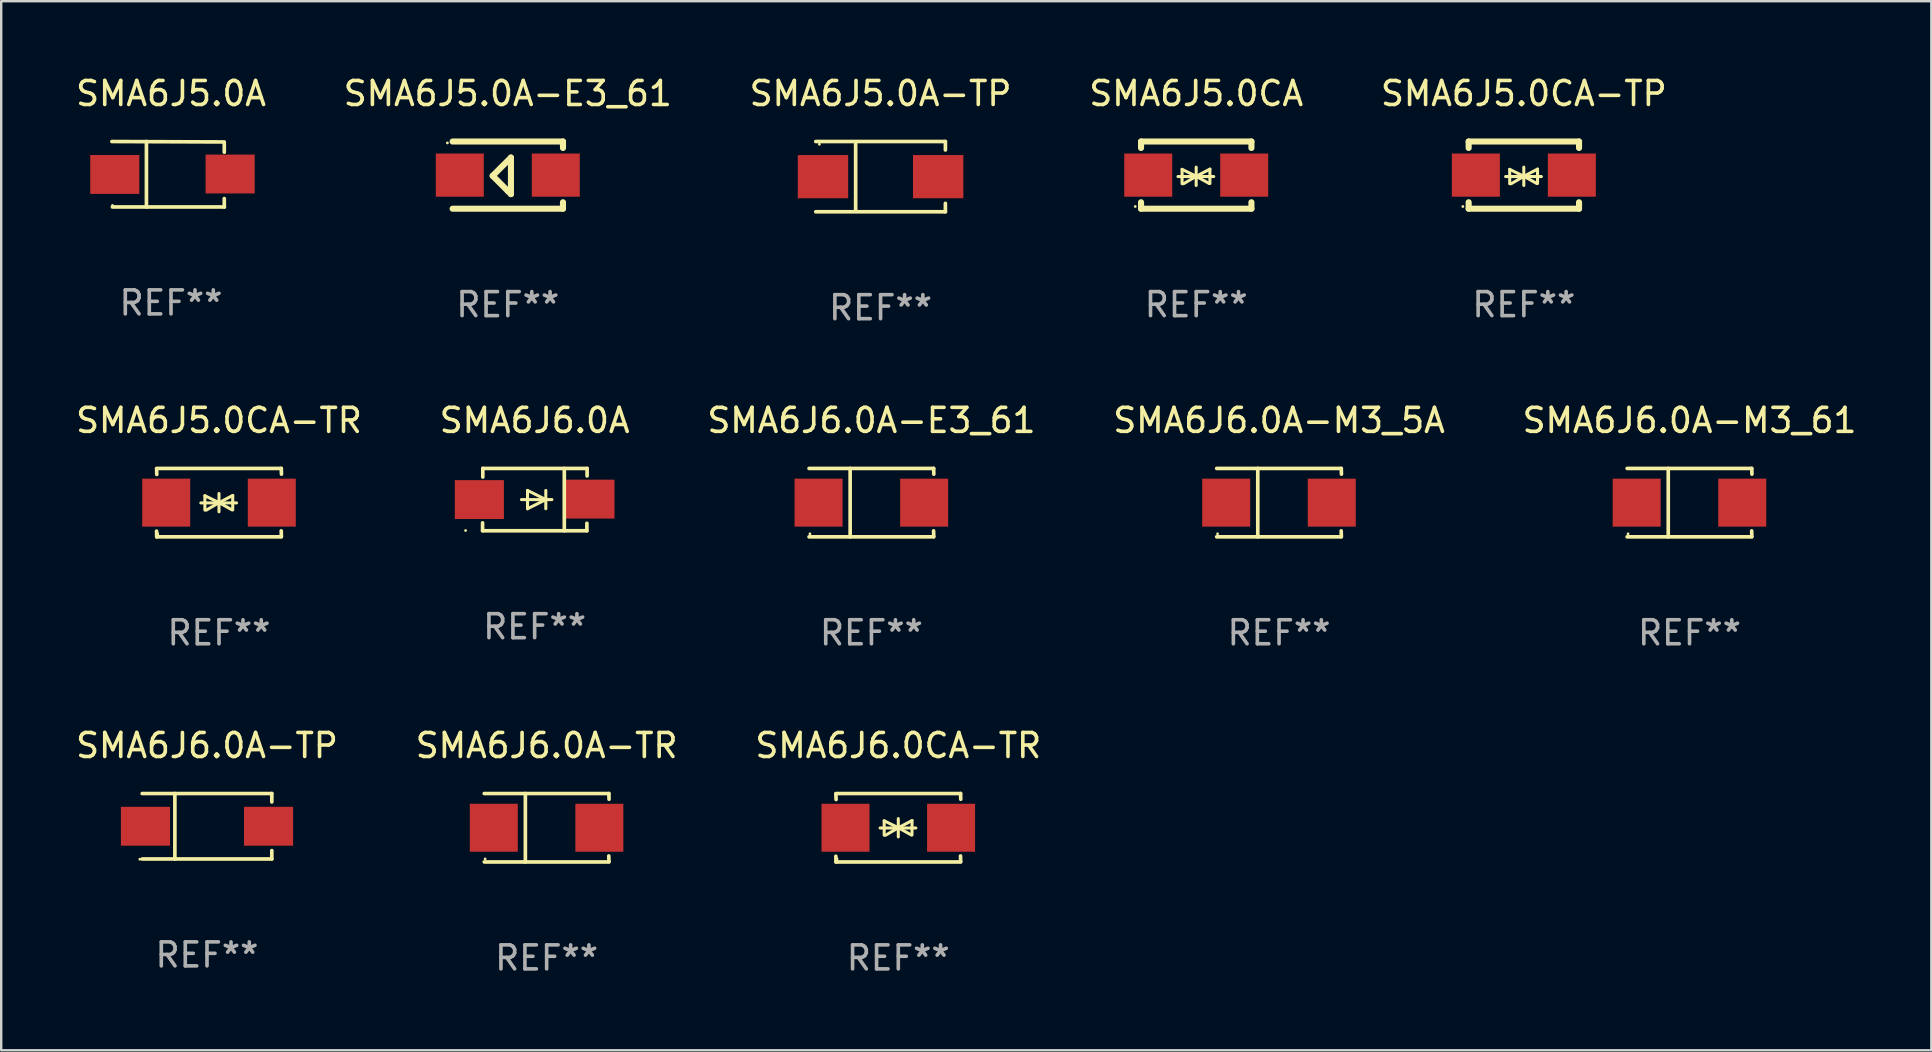
<source format=kicad_pcb>
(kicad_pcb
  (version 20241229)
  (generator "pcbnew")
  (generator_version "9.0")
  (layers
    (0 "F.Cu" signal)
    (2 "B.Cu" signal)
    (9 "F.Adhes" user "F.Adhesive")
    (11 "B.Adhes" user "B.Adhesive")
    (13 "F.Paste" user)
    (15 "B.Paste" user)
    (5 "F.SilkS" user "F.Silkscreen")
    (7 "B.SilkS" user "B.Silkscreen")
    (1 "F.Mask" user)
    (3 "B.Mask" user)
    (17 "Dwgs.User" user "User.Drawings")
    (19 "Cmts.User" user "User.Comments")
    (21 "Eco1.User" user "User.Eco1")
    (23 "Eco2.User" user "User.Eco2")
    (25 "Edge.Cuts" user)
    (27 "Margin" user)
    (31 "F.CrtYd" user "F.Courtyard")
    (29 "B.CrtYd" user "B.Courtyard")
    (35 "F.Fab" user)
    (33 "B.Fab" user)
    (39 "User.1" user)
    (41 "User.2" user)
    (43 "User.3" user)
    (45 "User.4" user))
  (footprint "SMA6J6.0A-TR"
    (layer "F.Cu")
    (at 19.732 31.447)
    (property "Reference" "SMA6J6.0A-TR" (at 0 -3.426 0) (layer "F.SilkS") (effects (font (size 1 1) (thickness 0.15))))
    (attr through_hole)
    (fp_line (start -2.6 -1.426) (end 2.593 -1.426) (stroke (width 0.152) (type solid)) (layer "F.SilkS"))
    (fp_line (start -2.6 1.426) (end 2.593 1.426) (stroke (width 0.152) (type solid)) (layer "F.SilkS"))
    (fp_line (start -0.887 -1.426) (end -0.887 1.426) (stroke (width 0.152) (type solid)) (layer "F.SilkS"))
    (fp_line (start 2.59 1.176) (end 2.597 1.415) (stroke (width 0.152) (type solid)) (layer "F.SilkS"))
    (fp_line (start 2.593 -1.426) (end 2.6 -1.187) (stroke (width 0.152) (type solid)) (layer "F.SilkS"))
    (fp_circle (center -2.563 1.3) (end -2.533 1.3) (stroke (width 0.06) (type solid)) (fill no) (layer "F.SilkS"))
    (fp_text user "REF**" (at 0 5.426 0) (layer "F.Fab") (effects (font (size 1 1) (thickness 0.15))))
    (pad "1" smd rect (at -2.203 -0.000025 180) (size 2 2) (layers "F.Cu" "F.Mask" "F.Paste"))
    (pad "2" smd rect (at 2.197 -0.000025 180) (size 2 2) (layers "F.Cu" "F.Mask" "F.Paste")))
  (footprint "SMA6J6.0A"
    (layer "F.Cu")
    (at 19.232 17.771)
    (property "Reference" "SMA6J6.0A" (at 0 -3.299 0) (layer "F.SilkS") (effects (font (size 1 1) (thickness 0.15))))
    (attr through_hole)
    (fp_line (start -2.17 0.969) (end -2.17 1.299) (stroke (width 0.152) (type solid)) (layer "F.SilkS"))
    (fp_line (start -2.17 1.299) (end 2.177 1.299) (stroke (width 0.152) (type solid)) (layer "F.SilkS"))
    (fp_line (start -2.16 -1.299) (end 2.186 -1.299) (stroke (width 0.152) (type solid)) (layer "F.SilkS"))
    (fp_line (start -2.16 -0.94) (end -2.16 -1.299) (stroke (width 0.152) (type solid)) (layer "F.SilkS"))
    (fp_line (start -0.551 -0.000483) (end 0.719 -0.000483) (stroke (width 0.127) (type solid)) (layer "F.SilkS"))
    (fp_line (start -0.297 -0.381) (end 0.465 -0.000483) (stroke (width 0.127) (type solid)) (layer "F.SilkS"))
    (fp_line (start -0.297 -0.000483) (end -0.297 -0.381) (stroke (width 0.127) (type solid)) (layer "F.SilkS"))
    (fp_line (start -0.297 -0.000483) (end -0.297 0.381) (stroke (width 0.127) (type solid)) (layer "F.SilkS"))
    (fp_line (start -0.297 0.381) (end 0.465 -0.000483) (stroke (width 0.127) (type solid)) (layer "F.SilkS"))
    (fp_line (start 0.465 -0.000483) (end 0.465 -0.381) (stroke (width 0.127) (type solid)) (layer "F.SilkS"))
    (fp_line (start 0.465 -0.000483) (end 0.465 0.381) (stroke (width 0.127) (type solid)) (layer "F.SilkS"))
    (fp_line (start 1.236 -1.299) (end 1.236 1.299) (stroke (width 0.152) (type solid)) (layer "F.SilkS"))
    (fp_line (start 2.177 1.299) (end 2.177 0.988) (stroke (width 0.152) (type solid)) (layer "F.SilkS"))
    (fp_line (start 2.186 -1.299) (end 2.186 -0.987) (stroke (width 0.152) (type solid)) (layer "F.SilkS"))
    (fp_circle (center -2.879 1.289) (end -2.849 1.289) (stroke (width 0.06) (type solid)) (fill no) (layer "F.SilkS"))
    (fp_text user "REF**" (at 0 5.299 0) (layer "F.Fab") (effects (font (size 1 1) (thickness 0.15))))
    (pad "1" smd rect (at -2.304 -0.001) (size 2.046 1.62) (layers "F.Cu" "F.Mask" "F.Paste"))
    (pad "2" smd rect (at 2.304 -0.02 180) (size 2.046 1.62) (layers "F.Cu" "F.Mask" "F.Paste")))
  (footprint "SMA6J5.0CA-TR"
    (layer "F.Cu")
    (at 6.077 17.898)
    (property "Reference" "SMA6J5.0CA-TR" (at 0 -3.426 0) (layer "F.SilkS") (effects (font (size 1 1) (thickness 0.15))))
    (attr through_hole)
    (fp_line (start -2.596 -1.426) (end 2.596 -1.426) (stroke (width 0.152) (type solid)) (layer "F.SilkS"))
    (fp_line (start -2.596 1.426) (end -2.603 1.187) (stroke (width 0.152) (type solid)) (layer "F.SilkS"))
    (fp_line (start -2.596 1.426) (end 2.596 1.426) (stroke (width 0.152) (type solid)) (layer "F.SilkS"))
    (fp_line (start -2.593 -1.176) (end -2.6 -1.415) (stroke (width 0.152) (type solid)) (layer "F.SilkS"))
    (fp_line (start -0.758 0.011) (end 0.732 0.011) (stroke (width 0.127) (type solid)) (layer "F.SilkS"))
    (fp_line (start -0.588 -0.289) (end -0.588 0.311) (stroke (width 0.127) (type solid)) (layer "F.SilkS"))
    (fp_line (start -0.588 -0.289) (end 0 0) (stroke (width 0.127) (type solid)) (layer "F.SilkS"))
    (fp_line (start -0.528 0.311) (end 0 0) (stroke (width 0.127) (type solid)) (layer "F.SilkS"))
    (fp_line (start 0 0) (end 0 -0.381) (stroke (width 0.127) (type solid)) (layer "F.SilkS"))
    (fp_line (start 0 0) (end 0 0.381) (stroke (width 0.127) (type solid)) (layer "F.SilkS"))
    (fp_line (start 0.542 0.301) (end 0 0) (stroke (width 0.127) (type solid)) (layer "F.SilkS"))
    (fp_line (start 0.572 -0.299) (end 0 0) (stroke (width 0.127) (type solid)) (layer "F.SilkS"))
    (fp_line (start 0.572 -0.299) (end 0.572 0.301) (stroke (width 0.127) (type solid)) (layer "F.SilkS"))
    (fp_line (start 2.593 1.176) (end 2.6 1.415) (stroke (width 0.152) (type solid)) (layer "F.SilkS"))
    (fp_line (start 2.596 -1.426) (end 2.603 -1.187) (stroke (width 0.152) (type solid)) (layer "F.SilkS"))
    (fp_circle (center -2.55 1.3) (end -2.52 1.3) (stroke (width 0.06) (type solid)) (fill no) (layer "F.SilkS"))
    (fp_text user "REF**" (at 0 5.426 0) (layer "F.Fab") (effects (font (size 1 1) (thickness 0.15))))
    (pad "1" smd rect (at -2.2 0 180) (size 2 2) (layers "F.Cu" "F.Mask" "F.Paste"))
    (pad "2" smd rect (at 2.2 0 180) (size 2 2) (layers "F.Cu" "F.Mask" "F.Paste")))
  (footprint "SMA6J6.0A-M3_61"
    (layer "F.Cu")
    (at 67.363 17.898)
    (property "Reference" "SMA6J6.0A-M3_61" (at 0 -3.426 0) (layer "F.SilkS") (effects (font (size 1 1) (thickness 0.15))))
    (attr through_hole)
    (fp_line (start -2.6 -1.426) (end 2.593 -1.426) (stroke (width 0.152) (type solid)) (layer "F.SilkS"))
    (fp_line (start -2.6 1.426) (end 2.593 1.426) (stroke (width 0.152) (type solid)) (layer "F.SilkS"))
    (fp_line (start -0.887 -1.426) (end -0.887 1.426) (stroke (width 0.152) (type solid)) (layer "F.SilkS"))
    (fp_line (start 2.59 1.176) (end 2.597 1.415) (stroke (width 0.152) (type solid)) (layer "F.SilkS"))
    (fp_line (start 2.593 -1.426) (end 2.6 -1.187) (stroke (width 0.152) (type solid)) (layer "F.SilkS"))
    (fp_circle (center -2.563 1.3) (end -2.533 1.3) (stroke (width 0.06) (type solid)) (fill no) (layer "F.SilkS"))
    (fp_text user "REF**" (at 0 5.426 0) (layer "F.Fab") (effects (font (size 1 1) (thickness 0.15))))
    (pad "1" smd rect (at -2.203 -0.000025 180) (size 2 2) (layers "F.Cu" "F.Mask" "F.Paste"))
    (pad "2" smd rect (at 2.197 -0.000025 180) (size 2 2) (layers "F.Cu" "F.Mask" "F.Paste")))
  (footprint "SMA6J5.0CA"
    (layer "F.Cu")
    (at 46.804 4.248)
    (property "Reference" "SMA6J5.0CA" (at 0 -3.4 0) (layer "F.SilkS") (effects (font (size 1 1) (thickness 0.15))))
    (attr through_hole)
    (fp_line (start -2.3 -1.4) (end -2.3 -1.131) (stroke (width 0.254) (type solid)) (layer "F.SilkS"))
    (fp_line (start -2.3 -1.4) (end 2.3 -1.4) (stroke (width 0.254) (type solid)) (layer "F.SilkS"))
    (fp_line (start -2.3 1.131) (end -2.3 1.4) (stroke (width 0.254) (type solid)) (layer "F.SilkS"))
    (fp_line (start -2.3 1.4) (end 2.3 1.4) (stroke (width 0.254) (type solid)) (layer "F.SilkS"))
    (fp_line (start -0.76 0.06) (end 0.73 0.06) (stroke (width 0.127) (type solid)) (layer "F.SilkS"))
    (fp_line (start -0.59 -0.24) (end -0.59 0.36) (stroke (width 0.127) (type solid)) (layer "F.SilkS"))
    (fp_line (start -0.59 -0.24) (end -0.002 0.049) (stroke (width 0.127) (type solid)) (layer "F.SilkS"))
    (fp_line (start -0.53 0.36) (end -0.002 0.049) (stroke (width 0.127) (type solid)) (layer "F.SilkS"))
    (fp_line (start -0.002 0.049) (end -0.002 -0.332) (stroke (width 0.127) (type solid)) (layer "F.SilkS"))
    (fp_line (start -0.002 0.049) (end -0.002 0.43) (stroke (width 0.127) (type solid)) (layer "F.SilkS"))
    (fp_line (start 0.54 0.35) (end -0.002 0.049) (stroke (width 0.127) (type solid)) (layer "F.SilkS"))
    (fp_line (start 0.57 -0.25) (end -0.002 0.049) (stroke (width 0.127) (type solid)) (layer "F.SilkS"))
    (fp_line (start 0.57 -0.25) (end 0.57 0.35) (stroke (width 0.127) (type solid)) (layer "F.SilkS"))
    (fp_line (start 2.3 -1.4) (end 2.3 -1.131) (stroke (width 0.254) (type solid)) (layer "F.SilkS"))
    (fp_line (start 2.3 1.131) (end 2.3 1.4) (stroke (width 0.254) (type solid)) (layer "F.SilkS"))
    (fp_circle (center -2.542 1.308) (end -2.512 1.308) (stroke (width 0.06) (type solid)) (fill no) (layer "F.SilkS"))
    (fp_text user "REF**" (at 0 5.4 0) (layer "F.Fab") (effects (font (size 1 1) (thickness 0.15))))
    (pad "1" smd rect (at -2 0) (size 2 1.8) (layers "F.Cu" "F.Mask" "F.Paste"))
    (pad "2" smd rect (at 2 0) (size 2 1.8) (layers "F.Cu" "F.Mask" "F.Paste")))
  (footprint "SMA6J6.0A-E3_61"
    (layer "F.Cu")
    (at 33.268 17.898)
    (property "Reference" "SMA6J6.0A-E3_61" (at 0 -3.426 0) (layer "F.SilkS") (effects (font (size 1 1) (thickness 0.15))))
    (attr through_hole)
    (fp_line (start -2.6 -1.426) (end 2.593 -1.426) (stroke (width 0.152) (type solid)) (layer "F.SilkS"))
    (fp_line (start -2.6 1.426) (end 2.593 1.426) (stroke (width 0.152) (type solid)) (layer "F.SilkS"))
    (fp_line (start -0.887 -1.426) (end -0.887 1.426) (stroke (width 0.152) (type solid)) (layer "F.SilkS"))
    (fp_line (start 2.59 1.176) (end 2.597 1.415) (stroke (width 0.152) (type solid)) (layer "F.SilkS"))
    (fp_line (start 2.593 -1.426) (end 2.6 -1.187) (stroke (width 0.152) (type solid)) (layer "F.SilkS"))
    (fp_circle (center -2.563 1.3) (end -2.533 1.3) (stroke (width 0.06) (type solid)) (fill no) (layer "F.SilkS"))
    (fp_text user "REF**" (at 0 5.426 0) (layer "F.Fab") (effects (font (size 1 1) (thickness 0.15))))
    (pad "1" smd rect (at -2.203 -0.000025 180) (size 2 2) (layers "F.Cu" "F.Mask" "F.Paste"))
    (pad "2" smd rect (at 2.197 -0.000025 180) (size 2 2) (layers "F.Cu" "F.Mask" "F.Paste")))
  (footprint "SMA6J6.0A-TP"
    (layer "F.Cu")
    (at 5.577 31.385)
    (property "Reference" "SMA6J6.0A-TP" (at 0 -3.364 0) (layer "F.SilkS") (effects (font (size 1 1) (thickness 0.15))))
    (attr through_hole)
    (fp_line (start -2.701 -1.364) (end 2.701 -1.364) (stroke (width 0.152) (type solid)) (layer "F.SilkS"))
    (fp_line (start -2.701 1.364) (end 2.701 1.364) (stroke (width 0.152) (type solid)) (layer "F.SilkS"))
    (fp_line (start -1.339 -1.364) (end -1.339 1.364) (stroke (width 0.152) (type solid)) (layer "F.SilkS"))
    (fp_line (start 2.701 -1.364) (end 2.701 -1.013) (stroke (width 0.152) (type solid)) (layer "F.SilkS"))
    (fp_line (start 2.701 1.364) (end 2.701 1.013) (stroke (width 0.152) (type solid)) (layer "F.SilkS"))
    (fp_circle (center -2.8 1.375) (end -2.77 1.375) (stroke (width 0.06) (type solid)) (fill no) (layer "F.SilkS"))
    (fp_text user "REF**" (at 0 5.364 0) (layer "F.Fab") (effects (font (size 1 1) (thickness 0.15))))
    (pad "1" smd rect (at -2.565 -0.000025) (size 2.046 1.62) (layers "F.Cu" "F.Mask" "F.Paste"))
    (pad "2" smd rect (at 2.565 -0.000025) (size 2.046 1.62) (layers "F.Cu" "F.Mask" "F.Paste")))
  (footprint "SMA6J6.0CA-TR"
    (layer "F.Cu")
    (at 34.387 31.447)
    (property "Reference" "SMA6J6.0CA-TR" (at 0 -3.426 0) (layer "F.SilkS") (effects (font (size 1 1) (thickness 0.15))))
    (attr through_hole)
    (fp_line (start -2.596 -1.426) (end 2.596 -1.426) (stroke (width 0.152) (type solid)) (layer "F.SilkS"))
    (fp_line (start -2.596 1.426) (end -2.603 1.187) (stroke (width 0.152) (type solid)) (layer "F.SilkS"))
    (fp_line (start -2.596 1.426) (end 2.596 1.426) (stroke (width 0.152) (type solid)) (layer "F.SilkS"))
    (fp_line (start -2.593 -1.176) (end -2.6 -1.415) (stroke (width 0.152) (type solid)) (layer "F.SilkS"))
    (fp_line (start -0.758 0.011) (end 0.732 0.011) (stroke (width 0.127) (type solid)) (layer "F.SilkS"))
    (fp_line (start -0.588 -0.289) (end -0.588 0.311) (stroke (width 0.127) (type solid)) (layer "F.SilkS"))
    (fp_line (start -0.588 -0.289) (end 0 0) (stroke (width 0.127) (type solid)) (layer "F.SilkS"))
    (fp_line (start -0.528 0.311) (end 0 0) (stroke (width 0.127) (type solid)) (layer "F.SilkS"))
    (fp_line (start 0 0) (end 0 -0.381) (stroke (width 0.127) (type solid)) (layer "F.SilkS"))
    (fp_line (start 0 0) (end 0 0.381) (stroke (width 0.127) (type solid)) (layer "F.SilkS"))
    (fp_line (start 0.542 0.301) (end 0 0) (stroke (width 0.127) (type solid)) (layer "F.SilkS"))
    (fp_line (start 0.572 -0.299) (end 0 0) (stroke (width 0.127) (type solid)) (layer "F.SilkS"))
    (fp_line (start 0.572 -0.299) (end 0.572 0.301) (stroke (width 0.127) (type solid)) (layer "F.SilkS"))
    (fp_line (start 2.593 1.176) (end 2.6 1.415) (stroke (width 0.152) (type solid)) (layer "F.SilkS"))
    (fp_line (start 2.596 -1.426) (end 2.603 -1.187) (stroke (width 0.152) (type solid)) (layer "F.SilkS"))
    (fp_circle (center -2.55 1.3) (end -2.52 1.3) (stroke (width 0.06) (type solid)) (fill no) (layer "F.SilkS"))
    (fp_text user "REF**" (at 0 5.426 0) (layer "F.Fab") (effects (font (size 1 1) (thickness 0.15))))
    (pad "1" smd rect (at -2.2 0 180) (size 2 2) (layers "F.Cu" "F.Mask" "F.Paste"))
    (pad "2" smd rect (at 2.2 0 180) (size 2 2) (layers "F.Cu" "F.Mask" "F.Paste")))
  (footprint "SMA6J6.0A-M3_5A"
    (layer "F.Cu")
    (at 50.256 17.898)
    (property "Reference" "SMA6J6.0A-M3_5A" (at 0 -3.426 0) (layer "F.SilkS") (effects (font (size 1 1) (thickness 0.15))))
    (attr through_hole)
    (fp_line (start -2.6 -1.426) (end 2.593 -1.426) (stroke (width 0.152) (type solid)) (layer "F.SilkS"))
    (fp_line (start -2.6 1.426) (end 2.593 1.426) (stroke (width 0.152) (type solid)) (layer "F.SilkS"))
    (fp_line (start -0.887 -1.426) (end -0.887 1.426) (stroke (width 0.152) (type solid)) (layer "F.SilkS"))
    (fp_line (start 2.59 1.176) (end 2.597 1.415) (stroke (width 0.152) (type solid)) (layer "F.SilkS"))
    (fp_line (start 2.593 -1.426) (end 2.6 -1.187) (stroke (width 0.152) (type solid)) (layer "F.SilkS"))
    (fp_circle (center -2.563 1.3) (end -2.533 1.3) (stroke (width 0.06) (type solid)) (fill no) (layer "F.SilkS"))
    (fp_text user "REF**" (at 0 5.426 0) (layer "F.Fab") (effects (font (size 1 1) (thickness 0.15))))
    (pad "1" smd rect (at -2.203 -0.000025 180) (size 2 2) (layers "F.Cu" "F.Mask" "F.Paste"))
    (pad "2" smd rect (at 2.197 -0.000025 180) (size 2 2) (layers "F.Cu" "F.Mask" "F.Paste")))
  (footprint "SMA6J5.0A-E3_61"
    (layer "F.Cu")
    (at 18.113 4.248)
    (property "Reference" "SMA6J5.0A-E3_61" (at 0 -3.4 0) (layer "F.SilkS") (effects (font (size 1 1) (thickness 0.15))))
    (attr through_hole)
    (fp_line (start -2.3 -1.4) (end 2.3 -1.4) (stroke (width 0.254) (type solid)) (layer "F.SilkS"))
    (fp_line (start -2.3 1.4) (end 2.3 1.4) (stroke (width 0.254) (type solid)) (layer "F.SilkS"))
    (fp_line (start -0.631 0.03) (end 0.131 -0.732) (stroke (width 0.254) (type solid)) (layer "F.SilkS"))
    (fp_line (start 0.004 0.665) (end -0.631 0.03) (stroke (width 0.254) (type solid)) (layer "F.SilkS"))
    (fp_line (start 0.131 -0.732) (end 0.131 0.665) (stroke (width 0.254) (type solid)) (layer "F.SilkS"))
    (fp_line (start 0.131 0.665) (end 0.131 0.792) (stroke (width 0.254) (type solid)) (layer "F.SilkS"))
    (fp_line (start 0.131 0.792) (end 0.004 0.665) (stroke (width 0.254) (type solid)) (layer "F.SilkS"))
    (fp_line (start 2.3 -1.4) (end 2.3 -1.131) (stroke (width 0.254) (type solid)) (layer "F.SilkS"))
    (fp_line (start 2.3 1.131) (end 2.3 1.4) (stroke (width 0.254) (type solid)) (layer "F.SilkS"))
    (fp_circle (center -2.517 -1.342) (end -2.487 -1.342) (stroke (width 0.06) (type solid)) (fill no) (layer "F.SilkS"))
    (fp_text user "REF**" (at 0 5.4 0) (layer "F.Fab") (effects (font (size 1 1) (thickness 0.15))))
    (pad "1" smd rect (at -2 -0.000127) (size 2 1.8) (layers "F.Cu" "F.Mask" "F.Paste"))
    (pad "2" smd rect (at 2 -0.000127) (size 2 1.8) (layers "F.Cu" "F.Mask" "F.Paste")))
  (footprint "SMA6J5.0A"
    (layer "F.Cu")
    (at 4.077 4.212)
    (property "Reference" "SMA6J5.0A" (at 0 -3.364 0) (layer "F.SilkS") (effects (font (size 1 1) (thickness 0.15))))
    (attr through_hole)
    (fp_line (start -2.465 -1.364) (end 2.22 -1.346) (stroke (width 0.152) (type solid)) (layer "F.SilkS"))
    (fp_line (start -2.442 1.364) (end 2.226 1.364) (stroke (width 0.152) (type solid)) (layer "F.SilkS"))
    (fp_line (start -1.024 -1.364) (end -1.024 1.364) (stroke (width 0.152) (type solid)) (layer "F.SilkS"))
    (fp_line (start 2.22 -1.27) (end 2.22 -0.919) (stroke (width 0.152) (type solid)) (layer "F.SilkS"))
    (fp_line (start 2.22 1.364) (end 2.22 1.013) (stroke (width 0.152) (type solid)) (layer "F.SilkS"))
    (fp_circle (center -2.439 1.3) (end -2.409 1.3) (stroke (width 0.06) (type solid)) (fill no) (layer "F.SilkS"))
    (fp_text user "REF**" (at 0 5.364 0) (layer "F.Fab") (effects (font (size 1 1) (thickness 0.15))))
    (pad "1" smd rect (at -2.343 0.009) (size 2.046 1.62) (layers "F.Cu" "F.Mask" "F.Paste"))
    (pad "2" smd rect (at 2.465 -0.009 180) (size 2.046 1.62) (layers "F.Cu" "F.Mask" "F.Paste")))
  (footprint "SMA6J5.0CA-TP"
    (layer "F.Cu")
    (at 60.458 4.248)
    (property "Reference" "SMA6J5.0CA-TP" (at 0 -3.4 0) (layer "F.SilkS") (effects (font (size 1 1) (thickness 0.15))))
    (attr through_hole)
    (fp_line (start -2.3 -1.4) (end -2.3 -1.131) (stroke (width 0.254) (type solid)) (layer "F.SilkS"))
    (fp_line (start -2.3 -1.4) (end 2.3 -1.4) (stroke (width 0.254) (type solid)) (layer "F.SilkS"))
    (fp_line (start -2.3 1.131) (end -2.3 1.4) (stroke (width 0.254) (type solid)) (layer "F.SilkS"))
    (fp_line (start -2.3 1.4) (end 2.3 1.4) (stroke (width 0.254) (type solid)) (layer "F.SilkS"))
    (fp_line (start -0.76 0.06) (end 0.73 0.06) (stroke (width 0.127) (type solid)) (layer "F.SilkS"))
    (fp_line (start -0.59 -0.24) (end -0.59 0.36) (stroke (width 0.127) (type solid)) (layer "F.SilkS"))
    (fp_line (start -0.59 -0.24) (end -0.002 0.049) (stroke (width 0.127) (type solid)) (layer "F.SilkS"))
    (fp_line (start -0.53 0.36) (end -0.002 0.049) (stroke (width 0.127) (type solid)) (layer "F.SilkS"))
    (fp_line (start -0.002 0.049) (end -0.002 -0.332) (stroke (width 0.127) (type solid)) (layer "F.SilkS"))
    (fp_line (start -0.002 0.049) (end -0.002 0.43) (stroke (width 0.127) (type solid)) (layer "F.SilkS"))
    (fp_line (start 0.54 0.35) (end -0.002 0.049) (stroke (width 0.127) (type solid)) (layer "F.SilkS"))
    (fp_line (start 0.57 -0.25) (end -0.002 0.049) (stroke (width 0.127) (type solid)) (layer "F.SilkS"))
    (fp_line (start 0.57 -0.25) (end 0.57 0.35) (stroke (width 0.127) (type solid)) (layer "F.SilkS"))
    (fp_line (start 2.3 -1.4) (end 2.3 -1.131) (stroke (width 0.254) (type solid)) (layer "F.SilkS"))
    (fp_line (start 2.3 1.131) (end 2.3 1.4) (stroke (width 0.254) (type solid)) (layer "F.SilkS"))
    (fp_circle (center -2.542 1.308) (end -2.512 1.308) (stroke (width 0.06) (type solid)) (fill no) (layer "F.SilkS"))
    (fp_text user "REF**" (at 0 5.4 0) (layer "F.Fab") (effects (font (size 1 1) (thickness 0.15))))
    (pad "1" smd rect (at -2 0) (size 2 1.8) (layers "F.Cu" "F.Mask" "F.Paste"))
    (pad "2" smd rect (at 2 0) (size 2 1.8) (layers "F.Cu" "F.Mask" "F.Paste")))
  (footprint "SMA6J5.0A-TP"
    (layer "F.Cu")
    (at 33.649 4.312)
    (property "Reference" "SMA6J5.0A-TP" (at 0 -3.464 0) (layer "F.SilkS") (effects (font (size 1 1) (thickness 0.15))))
    (attr through_hole)
    (fp_line (start -2.701 -1.464) (end 2.701 -1.464) (stroke (width 0.152) (type solid)) (layer "F.SilkS"))
    (fp_line (start -2.701 1.464) (end 2.701 1.464) (stroke (width 0.152) (type solid)) (layer "F.SilkS"))
    (fp_line (start -1.039 -1.364) (end -1.039 1.364) (stroke (width 0.152) (type solid)) (layer "F.SilkS"))
    (fp_line (start 2.701 -1.464) (end 2.701 -1.113) (stroke (width 0.152) (type solid)) (layer "F.SilkS"))
    (fp_line (start 2.701 1.464) (end 2.701 1.113) (stroke (width 0.152) (type solid)) (layer "F.SilkS"))
    (fp_circle (center -2.55 -1.35) (end -2.52 -1.35) (stroke (width 0.06) (type solid)) (fill no) (layer "F.SilkS"))
    (fp_text user "REF**" (at 0 5.464 0) (layer "F.Fab") (effects (font (size 1 1) (thickness 0.15))))
    (pad "1" smd rect (at -2.4 0) (size 2.1 1.8) (layers "F.Cu" "F.Mask" "F.Paste"))
    (pad "2" smd rect (at 2.4 0) (size 2.1 1.8) (layers "F.Cu" "F.Mask" "F.Paste")))
  (gr_rect
    (start -3 -3)
    (end 77.44 40.722)
    (stroke (width 0.1) (type default))
    (fill no)
    (layer "Edge.Cuts")))
</source>
